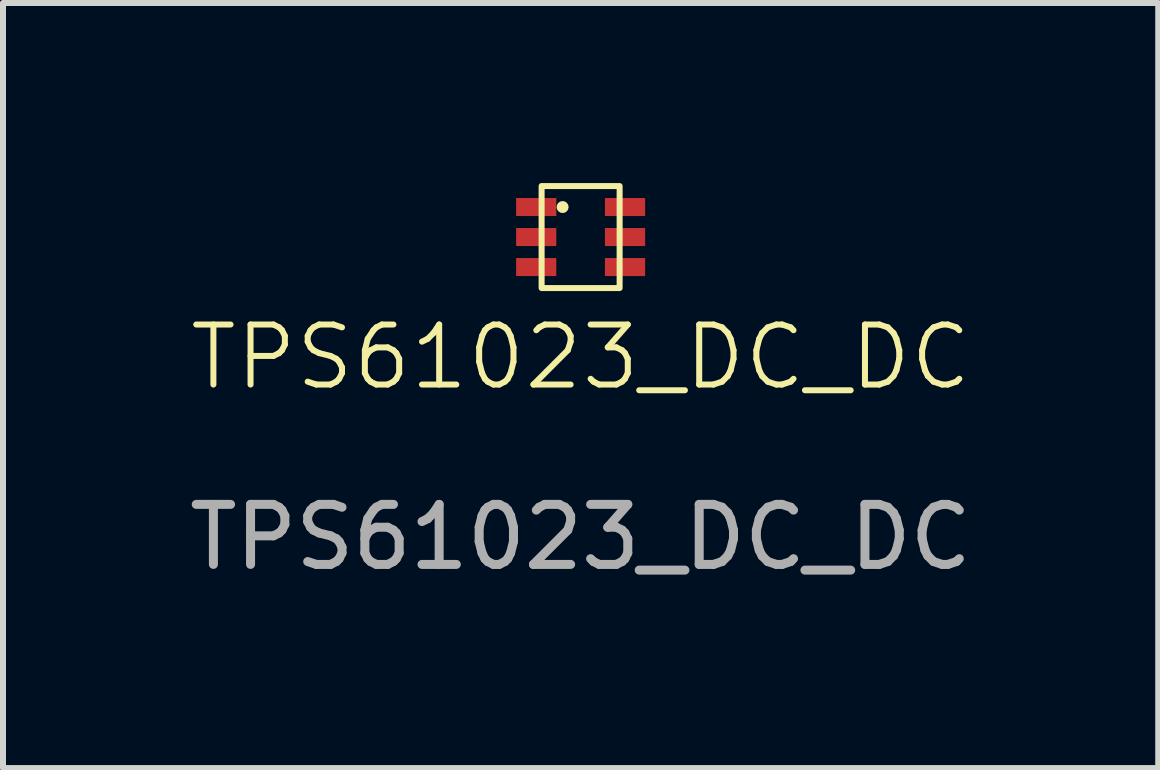
<source format=kicad_pcb>
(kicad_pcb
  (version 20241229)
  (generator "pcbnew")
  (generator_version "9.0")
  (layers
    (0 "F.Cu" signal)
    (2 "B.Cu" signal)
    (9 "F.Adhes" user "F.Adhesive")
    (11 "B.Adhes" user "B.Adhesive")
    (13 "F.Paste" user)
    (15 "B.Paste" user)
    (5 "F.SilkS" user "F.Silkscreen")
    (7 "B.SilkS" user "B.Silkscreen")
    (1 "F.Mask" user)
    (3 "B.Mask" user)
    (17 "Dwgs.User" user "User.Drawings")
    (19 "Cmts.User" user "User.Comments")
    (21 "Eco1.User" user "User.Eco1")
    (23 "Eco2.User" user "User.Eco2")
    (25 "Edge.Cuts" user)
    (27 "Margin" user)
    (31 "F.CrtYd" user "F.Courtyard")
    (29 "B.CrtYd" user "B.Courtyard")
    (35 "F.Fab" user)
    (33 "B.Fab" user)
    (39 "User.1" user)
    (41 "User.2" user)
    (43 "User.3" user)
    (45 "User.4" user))
  (footprint "TPS61023_DC_DC"
    (layer "F.Cu")
    (at 6.625 0.9)
    (property "Reference" "TPS61023_DC_DC" (at 0 2 0) (unlocked yes) (layer "F.SilkS") (effects (font (size 1 1) (thickness 0.1))))
    (attr through_hole)
    (fp_rect (start 0.65 -0.85) (end -0.65 0.85) (stroke (width 0.1) (type default)) (fill no) (layer "F.SilkS"))
    (fp_circle (center -0.3 -0.5) (end -0.25 -0.5) (stroke (width 0.1) (type default)) (fill no) (layer "F.SilkS"))
    (fp_text user "${REFERENCE}" (at 0 5 0) (unlocked yes) (layer "F.Fab") (effects (font (size 1 1) (thickness 0.15))))
    (pad "1" smd rect (at -0.74 -0.5) (size 0.67 0.3) (layers "F.Cu" "F.Mask" "F.Paste"))
    (pad "2" smd rect (at -0.74 0) (size 0.67 0.3) (layers "F.Cu" "F.Mask" "F.Paste"))
    (pad "3" smd rect (at -0.74 0.5) (size 0.67 0.3) (layers "F.Cu" "F.Mask" "F.Paste"))
    (pad "4" smd rect (at 0.74 0.5) (size 0.67 0.3) (layers "F.Cu" "F.Mask" "F.Paste"))
    (pad "5" smd rect (at 0.74 0) (size 0.67 0.3) (layers "F.Cu" "F.Mask" "F.Paste"))
    (pad "6" smd rect (at 0.74 -0.5) (size 0.67 0.3) (layers "F.Cu" "F.Mask" "F.Paste")))
  (gr_rect
    (start -3 -3)
    (end 16.25 9.748)
    (stroke (width 0.1) (type default))
    (fill no)
    (layer "Edge.Cuts")))
</source>
